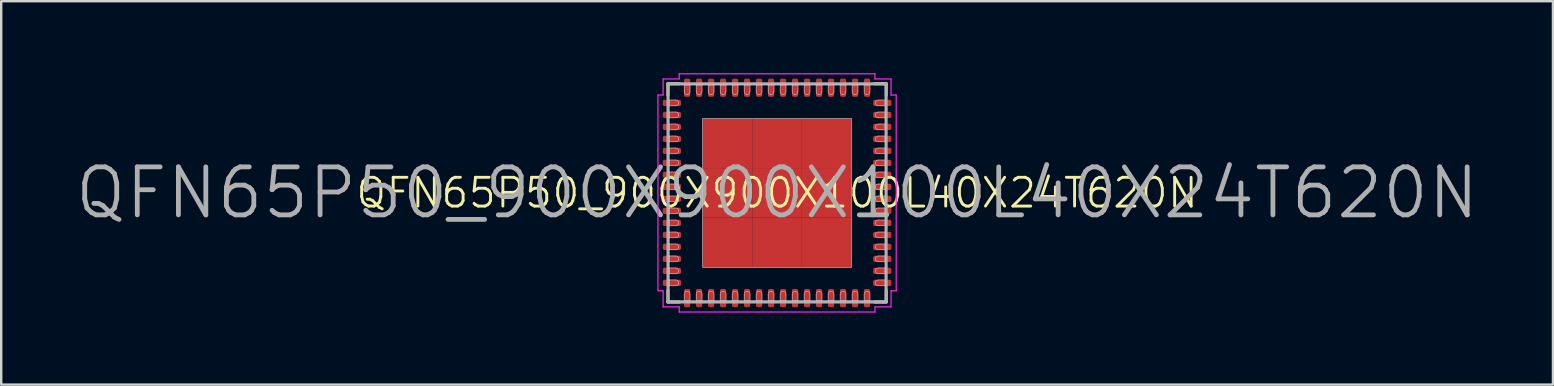
<source format=kicad_pcb>
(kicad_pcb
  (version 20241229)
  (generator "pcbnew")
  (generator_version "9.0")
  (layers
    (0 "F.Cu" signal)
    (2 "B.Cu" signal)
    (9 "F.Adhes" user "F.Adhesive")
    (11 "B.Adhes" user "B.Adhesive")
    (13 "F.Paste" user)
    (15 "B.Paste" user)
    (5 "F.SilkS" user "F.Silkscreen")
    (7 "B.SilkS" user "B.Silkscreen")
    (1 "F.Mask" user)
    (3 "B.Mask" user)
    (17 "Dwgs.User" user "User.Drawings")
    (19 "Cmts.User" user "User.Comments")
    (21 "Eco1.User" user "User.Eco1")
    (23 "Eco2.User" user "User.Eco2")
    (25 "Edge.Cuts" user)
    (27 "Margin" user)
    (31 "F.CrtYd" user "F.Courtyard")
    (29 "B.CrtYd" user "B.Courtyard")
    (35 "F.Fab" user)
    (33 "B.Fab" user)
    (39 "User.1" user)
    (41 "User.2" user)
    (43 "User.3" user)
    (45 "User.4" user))
  (footprint "QFN65P50_900X900X100L40X24T620N"
    (layer "F.Cu")
    (at 29.338 4.99)
    (property "Reference" "QFN65P50_900X900X100L40X24T620N" (at 0 0 0) (layer "F.SilkS") (effects (font (size 1.2 1.2) (thickness 0.12))))
    (attr smd)
    (fp_line (start -4.55 -4.55) (end -4.55 -4.06) (stroke (width 0.12) (type solid)) (layer "F.SilkS"))
    (fp_line (start -4.55 4.55) (end -4.55 4.06) (stroke (width 0.12) (type solid)) (layer "F.SilkS"))
    (fp_line (start -4.06 -4.55) (end -4.55 -4.55) (stroke (width 0.12) (type solid)) (layer "F.SilkS"))
    (fp_line (start -4.06 4.55) (end -4.55 4.55) (stroke (width 0.12) (type solid)) (layer "F.SilkS"))
    (fp_line (start 4.06 -4.55) (end 4.55 -4.55) (stroke (width 0.12) (type solid)) (layer "F.SilkS"))
    (fp_line (start 4.06 4.55) (end 4.55 4.55) (stroke (width 0.12) (type solid)) (layer "F.SilkS"))
    (fp_line (start 4.55 -4.55) (end 4.55 -4.06) (stroke (width 0.12) (type solid)) (layer "F.SilkS"))
    (fp_line (start 4.55 4.55) (end 4.55 4.06) (stroke (width 0.12) (type solid)) (layer "F.SilkS"))
    (fp_line (start -4.5 -4.5) (end 4.5 -4.5) (stroke (width 0.025) (type solid)) (layer "Dwgs.User"))
    (fp_line (start -4.5 -3.87) (end -4.5 -3.63) (stroke (width 0.025) (type solid)) (layer "Dwgs.User"))
    (fp_line (start -4.5 -3.63) (end -4.22 -3.63) (stroke (width 0.025) (type solid)) (layer "Dwgs.User"))
    (fp_line (start -4.5 -3.37) (end -4.5 -3.13) (stroke (width 0.025) (type solid)) (layer "Dwgs.User"))
    (fp_line (start -4.5 -3.13) (end -4.22 -3.13) (stroke (width 0.025) (type solid)) (layer "Dwgs.User"))
    (fp_line (start -4.5 -2.87) (end -4.5 -2.63) (stroke (width 0.025) (type solid)) (layer "Dwgs.User"))
    (fp_line (start -4.5 -2.63) (end -4.22 -2.63) (stroke (width 0.025) (type solid)) (layer "Dwgs.User"))
    (fp_line (start -4.5 -2.37) (end -4.5 -2.13) (stroke (width 0.025) (type solid)) (layer "Dwgs.User"))
    (fp_line (start -4.5 -2.13) (end -4.22 -2.13) (stroke (width 0.025) (type solid)) (layer "Dwgs.User"))
    (fp_line (start -4.5 -1.87) (end -4.5 -1.63) (stroke (width 0.025) (type solid)) (layer "Dwgs.User"))
    (fp_line (start -4.5 -1.63) (end -4.22 -1.63) (stroke (width 0.025) (type solid)) (layer "Dwgs.User"))
    (fp_line (start -4.5 -1.37) (end -4.5 -1.13) (stroke (width 0.025) (type solid)) (layer "Dwgs.User"))
    (fp_line (start -4.5 -1.13) (end -4.22 -1.13) (stroke (width 0.025) (type solid)) (layer "Dwgs.User"))
    (fp_line (start -4.5 -0.87) (end -4.5 -0.63) (stroke (width 0.025) (type solid)) (layer "Dwgs.User"))
    (fp_line (start -4.5 -0.63) (end -4.22 -0.63) (stroke (width 0.025) (type solid)) (layer "Dwgs.User"))
    (fp_line (start -4.5 -0.37) (end -4.5 -0.13) (stroke (width 0.025) (type solid)) (layer "Dwgs.User"))
    (fp_line (start -4.5 -0.13) (end -4.22 -0.13) (stroke (width 0.025) (type solid)) (layer "Dwgs.User"))
    (fp_line (start -4.5 0.13) (end -4.5 0.37) (stroke (width 0.025) (type solid)) (layer "Dwgs.User"))
    (fp_line (start -4.5 0.37) (end -4.22 0.37) (stroke (width 0.025) (type solid)) (layer "Dwgs.User"))
    (fp_line (start -4.5 0.63) (end -4.5 0.87) (stroke (width 0.025) (type solid)) (layer "Dwgs.User"))
    (fp_line (start -4.5 0.87) (end -4.22 0.87) (stroke (width 0.025) (type solid)) (layer "Dwgs.User"))
    (fp_line (start -4.5 1.13) (end -4.5 1.37) (stroke (width 0.025) (type solid)) (layer "Dwgs.User"))
    (fp_line (start -4.5 1.37) (end -4.22 1.37) (stroke (width 0.025) (type solid)) (layer "Dwgs.User"))
    (fp_line (start -4.5 1.63) (end -4.5 1.87) (stroke (width 0.025) (type solid)) (layer "Dwgs.User"))
    (fp_line (start -4.5 1.87) (end -4.22 1.87) (stroke (width 0.025) (type solid)) (layer "Dwgs.User"))
    (fp_line (start -4.5 2.13) (end -4.5 2.37) (stroke (width 0.025) (type solid)) (layer "Dwgs.User"))
    (fp_line (start -4.5 2.37) (end -4.22 2.37) (stroke (width 0.025) (type solid)) (layer "Dwgs.User"))
    (fp_line (start -4.5 2.63) (end -4.5 2.87) (stroke (width 0.025) (type solid)) (layer "Dwgs.User"))
    (fp_line (start -4.5 2.87) (end -4.22 2.87) (stroke (width 0.025) (type solid)) (layer "Dwgs.User"))
    (fp_line (start -4.5 3.13) (end -4.5 3.37) (stroke (width 0.025) (type solid)) (layer "Dwgs.User"))
    (fp_line (start -4.5 3.37) (end -4.22 3.37) (stroke (width 0.025) (type solid)) (layer "Dwgs.User"))
    (fp_line (start -4.5 3.63) (end -4.5 3.87) (stroke (width 0.025) (type solid)) (layer "Dwgs.User"))
    (fp_line (start -4.5 3.87) (end -4.22 3.87) (stroke (width 0.025) (type solid)) (layer "Dwgs.User"))
    (fp_line (start -4.5 4.5) (end -4.5 -4.5) (stroke (width 0.025) (type solid)) (layer "Dwgs.User"))
    (fp_line (start -4.22 -3.87) (end -4.5 -3.87) (stroke (width 0.025) (type solid)) (layer "Dwgs.User"))
    (fp_line (start -4.22 -3.37) (end -4.5 -3.37) (stroke (width 0.025) (type solid)) (layer "Dwgs.User"))
    (fp_line (start -4.22 -2.87) (end -4.5 -2.87) (stroke (width 0.025) (type solid)) (layer "Dwgs.User"))
    (fp_line (start -4.22 -2.37) (end -4.5 -2.37) (stroke (width 0.025) (type solid)) (layer "Dwgs.User"))
    (fp_line (start -4.22 -1.87) (end -4.5 -1.87) (stroke (width 0.025) (type solid)) (layer "Dwgs.User"))
    (fp_line (start -4.22 -1.37) (end -4.5 -1.37) (stroke (width 0.025) (type solid)) (layer "Dwgs.User"))
    (fp_line (start -4.22 -0.87) (end -4.5 -0.87) (stroke (width 0.025) (type solid)) (layer "Dwgs.User"))
    (fp_line (start -4.22 -0.37) (end -4.5 -0.37) (stroke (width 0.025) (type solid)) (layer "Dwgs.User"))
    (fp_line (start -4.22 0.13) (end -4.5 0.13) (stroke (width 0.025) (type solid)) (layer "Dwgs.User"))
    (fp_line (start -4.22 0.63) (end -4.5 0.63) (stroke (width 0.025) (type solid)) (layer "Dwgs.User"))
    (fp_line (start -4.22 1.13) (end -4.5 1.13) (stroke (width 0.025) (type solid)) (layer "Dwgs.User"))
    (fp_line (start -4.22 1.63) (end -4.5 1.63) (stroke (width 0.025) (type solid)) (layer "Dwgs.User"))
    (fp_line (start -4.22 2.13) (end -4.5 2.13) (stroke (width 0.025) (type solid)) (layer "Dwgs.User"))
    (fp_line (start -4.22 2.63) (end -4.5 2.63) (stroke (width 0.025) (type solid)) (layer "Dwgs.User"))
    (fp_line (start -4.22 3.13) (end -4.5 3.13) (stroke (width 0.025) (type solid)) (layer "Dwgs.User"))
    (fp_line (start -4.22 3.63) (end -4.5 3.63) (stroke (width 0.025) (type solid)) (layer "Dwgs.User"))
    (fp_line (start -3.87 -4.5) (end -3.87 -4.22) (stroke (width 0.025) (type solid)) (layer "Dwgs.User"))
    (fp_line (start -3.87 4.22) (end -3.87 4.5) (stroke (width 0.025) (type solid)) (layer "Dwgs.User"))
    (fp_line (start -3.87 4.5) (end -3.63 4.5) (stroke (width 0.025) (type solid)) (layer "Dwgs.User"))
    (fp_line (start -3.63 -4.5) (end -3.87 -4.5) (stroke (width 0.025) (type solid)) (layer "Dwgs.User"))
    (fp_line (start -3.63 -4.22) (end -3.63 -4.5) (stroke (width 0.025) (type solid)) (layer "Dwgs.User"))
    (fp_line (start -3.63 4.5) (end -3.63 4.22) (stroke (width 0.025) (type solid)) (layer "Dwgs.User"))
    (fp_line (start -3.37 -4.5) (end -3.37 -4.22) (stroke (width 0.025) (type solid)) (layer "Dwgs.User"))
    (fp_line (start -3.37 4.22) (end -3.37 4.5) (stroke (width 0.025) (type solid)) (layer "Dwgs.User"))
    (fp_line (start -3.37 4.5) (end -3.13 4.5) (stroke (width 0.025) (type solid)) (layer "Dwgs.User"))
    (fp_line (start -3.13 -4.5) (end -3.37 -4.5) (stroke (width 0.025) (type solid)) (layer "Dwgs.User"))
    (fp_line (start -3.13 -4.22) (end -3.13 -4.5) (stroke (width 0.025) (type solid)) (layer "Dwgs.User"))
    (fp_line (start -3.13 4.5) (end -3.13 4.22) (stroke (width 0.025) (type solid)) (layer "Dwgs.User"))
    (fp_line (start -3.1 -3.1) (end 3.1 -3.1) (stroke (width 0.025) (type solid)) (layer "Dwgs.User"))
    (fp_line (start -3.1 3.1) (end -3.1 -3.1) (stroke (width 0.025) (type solid)) (layer "Dwgs.User"))
    (fp_line (start -2.87 -4.5) (end -2.87 -4.22) (stroke (width 0.025) (type solid)) (layer "Dwgs.User"))
    (fp_line (start -2.87 4.22) (end -2.87 4.5) (stroke (width 0.025) (type solid)) (layer "Dwgs.User"))
    (fp_line (start -2.87 4.5) (end -2.63 4.5) (stroke (width 0.025) (type solid)) (layer "Dwgs.User"))
    (fp_line (start -2.63 -4.5) (end -2.87 -4.5) (stroke (width 0.025) (type solid)) (layer "Dwgs.User"))
    (fp_line (start -2.63 -4.22) (end -2.63 -4.5) (stroke (width 0.025) (type solid)) (layer "Dwgs.User"))
    (fp_line (start -2.63 4.5) (end -2.63 4.22) (stroke (width 0.025) (type solid)) (layer "Dwgs.User"))
    (fp_line (start -2.37 -4.5) (end -2.37 -4.22) (stroke (width 0.025) (type solid)) (layer "Dwgs.User"))
    (fp_line (start -2.37 4.22) (end -2.37 4.5) (stroke (width 0.025) (type solid)) (layer "Dwgs.User"))
    (fp_line (start -2.37 4.5) (end -2.13 4.5) (stroke (width 0.025) (type solid)) (layer "Dwgs.User"))
    (fp_line (start -2.13 -4.5) (end -2.37 -4.5) (stroke (width 0.025) (type solid)) (layer "Dwgs.User"))
    (fp_line (start -2.13 -4.22) (end -2.13 -4.5) (stroke (width 0.025) (type solid)) (layer "Dwgs.User"))
    (fp_line (start -2.13 4.5) (end -2.13 4.22) (stroke (width 0.025) (type solid)) (layer "Dwgs.User"))
    (fp_line (start -1.87 -4.5) (end -1.87 -4.22) (stroke (width 0.025) (type solid)) (layer "Dwgs.User"))
    (fp_line (start -1.87 4.22) (end -1.87 4.5) (stroke (width 0.025) (type solid)) (layer "Dwgs.User"))
    (fp_line (start -1.87 4.5) (end -1.63 4.5) (stroke (width 0.025) (type solid)) (layer "Dwgs.User"))
    (fp_line (start -1.63 -4.5) (end -1.87 -4.5) (stroke (width 0.025) (type solid)) (layer "Dwgs.User"))
    (fp_line (start -1.63 -4.22) (end -1.63 -4.5) (stroke (width 0.025) (type solid)) (layer "Dwgs.User"))
    (fp_line (start -1.63 4.5) (end -1.63 4.22) (stroke (width 0.025) (type solid)) (layer "Dwgs.User"))
    (fp_line (start -1.37 -4.5) (end -1.37 -4.22) (stroke (width 0.025) (type solid)) (layer "Dwgs.User"))
    (fp_line (start -1.37 4.22) (end -1.37 4.5) (stroke (width 0.025) (type solid)) (layer "Dwgs.User"))
    (fp_line (start -1.37 4.5) (end -1.13 4.5) (stroke (width 0.025) (type solid)) (layer "Dwgs.User"))
    (fp_line (start -1.13 -4.5) (end -1.37 -4.5) (stroke (width 0.025) (type solid)) (layer "Dwgs.User"))
    (fp_line (start -1.13 -4.22) (end -1.13 -4.5) (stroke (width 0.025) (type solid)) (layer "Dwgs.User"))
    (fp_line (start -1.13 4.5) (end -1.13 4.22) (stroke (width 0.025) (type solid)) (layer "Dwgs.User"))
    (fp_line (start -0.87 -4.5) (end -0.87 -4.22) (stroke (width 0.025) (type solid)) (layer "Dwgs.User"))
    (fp_line (start -0.87 4.22) (end -0.87 4.5) (stroke (width 0.025) (type solid)) (layer "Dwgs.User"))
    (fp_line (start -0.87 4.5) (end -0.63 4.5) (stroke (width 0.025) (type solid)) (layer "Dwgs.User"))
    (fp_line (start -0.63 -4.5) (end -0.87 -4.5) (stroke (width 0.025) (type solid)) (layer "Dwgs.User"))
    (fp_line (start -0.63 -4.22) (end -0.63 -4.5) (stroke (width 0.025) (type solid)) (layer "Dwgs.User"))
    (fp_line (start -0.63 4.5) (end -0.63 4.22) (stroke (width 0.025) (type solid)) (layer "Dwgs.User"))
    (fp_line (start -0.37 -4.5) (end -0.37 -4.22) (stroke (width 0.025) (type solid)) (layer "Dwgs.User"))
    (fp_line (start -0.37 4.22) (end -0.37 4.5) (stroke (width 0.025) (type solid)) (layer "Dwgs.User"))
    (fp_line (start -0.37 4.5) (end -0.13 4.5) (stroke (width 0.025) (type solid)) (layer "Dwgs.User"))
    (fp_line (start -0.13 -4.5) (end -0.37 -4.5) (stroke (width 0.025) (type solid)) (layer "Dwgs.User"))
    (fp_line (start -0.13 -4.22) (end -0.13 -4.5) (stroke (width 0.025) (type solid)) (layer "Dwgs.User"))
    (fp_line (start -0.13 4.5) (end -0.13 4.22) (stroke (width 0.025) (type solid)) (layer "Dwgs.User"))
    (fp_line (start 0.13 -4.5) (end 0.13 -4.22) (stroke (width 0.025) (type solid)) (layer "Dwgs.User"))
    (fp_line (start 0.13 4.22) (end 0.13 4.5) (stroke (width 0.025) (type solid)) (layer "Dwgs.User"))
    (fp_line (start 0.13 4.5) (end 0.37 4.5) (stroke (width 0.025) (type solid)) (layer "Dwgs.User"))
    (fp_line (start 0.37 -4.5) (end 0.13 -4.5) (stroke (width 0.025) (type solid)) (layer "Dwgs.User"))
    (fp_line (start 0.37 -4.22) (end 0.37 -4.5) (stroke (width 0.025) (type solid)) (layer "Dwgs.User"))
    (fp_line (start 0.37 4.5) (end 0.37 4.22) (stroke (width 0.025) (type solid)) (layer "Dwgs.User"))
    (fp_line (start 0.63 -4.5) (end 0.63 -4.22) (stroke (width 0.025) (type solid)) (layer "Dwgs.User"))
    (fp_line (start 0.63 4.22) (end 0.63 4.5) (stroke (width 0.025) (type solid)) (layer "Dwgs.User"))
    (fp_line (start 0.63 4.5) (end 0.87 4.5) (stroke (width 0.025) (type solid)) (layer "Dwgs.User"))
    (fp_line (start 0.87 -4.5) (end 0.63 -4.5) (stroke (width 0.025) (type solid)) (layer "Dwgs.User"))
    (fp_line (start 0.87 -4.22) (end 0.87 -4.5) (stroke (width 0.025) (type solid)) (layer "Dwgs.User"))
    (fp_line (start 0.87 4.5) (end 0.87 4.22) (stroke (width 0.025) (type solid)) (layer "Dwgs.User"))
    (fp_line (start 1.13 -4.5) (end 1.13 -4.22) (stroke (width 0.025) (type solid)) (layer "Dwgs.User"))
    (fp_line (start 1.13 4.22) (end 1.13 4.5) (stroke (width 0.025) (type solid)) (layer "Dwgs.User"))
    (fp_line (start 1.13 4.5) (end 1.37 4.5) (stroke (width 0.025) (type solid)) (layer "Dwgs.User"))
    (fp_line (start 1.37 -4.5) (end 1.13 -4.5) (stroke (width 0.025) (type solid)) (layer "Dwgs.User"))
    (fp_line (start 1.37 -4.22) (end 1.37 -4.5) (stroke (width 0.025) (type solid)) (layer "Dwgs.User"))
    (fp_line (start 1.37 4.5) (end 1.37 4.22) (stroke (width 0.025) (type solid)) (layer "Dwgs.User"))
    (fp_line (start 1.63 -4.5) (end 1.63 -4.22) (stroke (width 0.025) (type solid)) (layer "Dwgs.User"))
    (fp_line (start 1.63 4.22) (end 1.63 4.5) (stroke (width 0.025) (type solid)) (layer "Dwgs.User"))
    (fp_line (start 1.63 4.5) (end 1.87 4.5) (stroke (width 0.025) (type solid)) (layer "Dwgs.User"))
    (fp_line (start 1.87 -4.5) (end 1.63 -4.5) (stroke (width 0.025) (type solid)) (layer "Dwgs.User"))
    (fp_line (start 1.87 -4.22) (end 1.87 -4.5) (stroke (width 0.025) (type solid)) (layer "Dwgs.User"))
    (fp_line (start 1.87 4.5) (end 1.87 4.22) (stroke (width 0.025) (type solid)) (layer "Dwgs.User"))
    (fp_line (start 2.13 -4.5) (end 2.13 -4.22) (stroke (width 0.025) (type solid)) (layer "Dwgs.User"))
    (fp_line (start 2.13 4.22) (end 2.13 4.5) (stroke (width 0.025) (type solid)) (layer "Dwgs.User"))
    (fp_line (start 2.13 4.5) (end 2.37 4.5) (stroke (width 0.025) (type solid)) (layer "Dwgs.User"))
    (fp_line (start 2.37 -4.5) (end 2.13 -4.5) (stroke (width 0.025) (type solid)) (layer "Dwgs.User"))
    (fp_line (start 2.37 -4.22) (end 2.37 -4.5) (stroke (width 0.025) (type solid)) (layer "Dwgs.User"))
    (fp_line (start 2.37 4.5) (end 2.37 4.22) (stroke (width 0.025) (type solid)) (layer "Dwgs.User"))
    (fp_line (start 2.63 -4.5) (end 2.63 -4.22) (stroke (width 0.025) (type solid)) (layer "Dwgs.User"))
    (fp_line (start 2.63 4.22) (end 2.63 4.5) (stroke (width 0.025) (type solid)) (layer "Dwgs.User"))
    (fp_line (start 2.63 4.5) (end 2.87 4.5) (stroke (width 0.025) (type solid)) (layer "Dwgs.User"))
    (fp_line (start 2.87 -4.5) (end 2.63 -4.5) (stroke (width 0.025) (type solid)) (layer "Dwgs.User"))
    (fp_line (start 2.87 -4.22) (end 2.87 -4.5) (stroke (width 0.025) (type solid)) (layer "Dwgs.User"))
    (fp_line (start 2.87 4.5) (end 2.87 4.22) (stroke (width 0.025) (type solid)) (layer "Dwgs.User"))
    (fp_line (start 3.1 -3.1) (end 3.1 3.1) (stroke (width 0.025) (type solid)) (layer "Dwgs.User"))
    (fp_line (start 3.1 3.1) (end -3.1 3.1) (stroke (width 0.025) (type solid)) (layer "Dwgs.User"))
    (fp_line (start 3.13 -4.5) (end 3.13 -4.22) (stroke (width 0.025) (type solid)) (layer "Dwgs.User"))
    (fp_line (start 3.13 4.22) (end 3.13 4.5) (stroke (width 0.025) (type solid)) (layer "Dwgs.User"))
    (fp_line (start 3.13 4.5) (end 3.37 4.5) (stroke (width 0.025) (type solid)) (layer "Dwgs.User"))
    (fp_line (start 3.37 -4.5) (end 3.13 -4.5) (stroke (width 0.025) (type solid)) (layer "Dwgs.User"))
    (fp_line (start 3.37 -4.22) (end 3.37 -4.5) (stroke (width 0.025) (type solid)) (layer "Dwgs.User"))
    (fp_line (start 3.37 4.5) (end 3.37 4.22) (stroke (width 0.025) (type solid)) (layer "Dwgs.User"))
    (fp_line (start 3.63 -4.5) (end 3.63 -4.22) (stroke (width 0.025) (type solid)) (layer "Dwgs.User"))
    (fp_line (start 3.63 4.22) (end 3.63 4.5) (stroke (width 0.025) (type solid)) (layer "Dwgs.User"))
    (fp_line (start 3.63 4.5) (end 3.87 4.5) (stroke (width 0.025) (type solid)) (layer "Dwgs.User"))
    (fp_line (start 3.87 -4.5) (end 3.63 -4.5) (stroke (width 0.025) (type solid)) (layer "Dwgs.User"))
    (fp_line (start 3.87 -4.22) (end 3.87 -4.5) (stroke (width 0.025) (type solid)) (layer "Dwgs.User"))
    (fp_line (start 3.87 4.5) (end 3.87 4.22) (stroke (width 0.025) (type solid)) (layer "Dwgs.User"))
    (fp_line (start 4.22 -3.63) (end 4.5 -3.63) (stroke (width 0.025) (type solid)) (layer "Dwgs.User"))
    (fp_line (start 4.22 -3.13) (end 4.5 -3.13) (stroke (width 0.025) (type solid)) (layer "Dwgs.User"))
    (fp_line (start 4.22 -2.63) (end 4.5 -2.63) (stroke (width 0.025) (type solid)) (layer "Dwgs.User"))
    (fp_line (start 4.22 -2.13) (end 4.5 -2.13) (stroke (width 0.025) (type solid)) (layer "Dwgs.User"))
    (fp_line (start 4.22 -1.63) (end 4.5 -1.63) (stroke (width 0.025) (type solid)) (layer "Dwgs.User"))
    (fp_line (start 4.22 -1.13) (end 4.5 -1.13) (stroke (width 0.025) (type solid)) (layer "Dwgs.User"))
    (fp_line (start 4.22 -0.63) (end 4.5 -0.63) (stroke (width 0.025) (type solid)) (layer "Dwgs.User"))
    (fp_line (start 4.22 -0.13) (end 4.5 -0.13) (stroke (width 0.025) (type solid)) (layer "Dwgs.User"))
    (fp_line (start 4.22 0.37) (end 4.5 0.37) (stroke (width 0.025) (type solid)) (layer "Dwgs.User"))
    (fp_line (start 4.22 0.87) (end 4.5 0.87) (stroke (width 0.025) (type solid)) (layer "Dwgs.User"))
    (fp_line (start 4.22 1.37) (end 4.5 1.37) (stroke (width 0.025) (type solid)) (layer "Dwgs.User"))
    (fp_line (start 4.22 1.87) (end 4.5 1.87) (stroke (width 0.025) (type solid)) (layer "Dwgs.User"))
    (fp_line (start 4.22 2.37) (end 4.5 2.37) (stroke (width 0.025) (type solid)) (layer "Dwgs.User"))
    (fp_line (start 4.22 2.87) (end 4.5 2.87) (stroke (width 0.025) (type solid)) (layer "Dwgs.User"))
    (fp_line (start 4.22 3.37) (end 4.5 3.37) (stroke (width 0.025) (type solid)) (layer "Dwgs.User"))
    (fp_line (start 4.22 3.87) (end 4.5 3.87) (stroke (width 0.025) (type solid)) (layer "Dwgs.User"))
    (fp_line (start 4.5 -4.5) (end 4.5 4.5) (stroke (width 0.025) (type solid)) (layer "Dwgs.User"))
    (fp_line (start 4.5 -3.87) (end 4.22 -3.87) (stroke (width 0.025) (type solid)) (layer "Dwgs.User"))
    (fp_line (start 4.5 -3.63) (end 4.5 -3.87) (stroke (width 0.025) (type solid)) (layer "Dwgs.User"))
    (fp_line (start 4.5 -3.37) (end 4.22 -3.37) (stroke (width 0.025) (type solid)) (layer "Dwgs.User"))
    (fp_line (start 4.5 -3.13) (end 4.5 -3.37) (stroke (width 0.025) (type solid)) (layer "Dwgs.User"))
    (fp_line (start 4.5 -2.87) (end 4.22 -2.87) (stroke (width 0.025) (type solid)) (layer "Dwgs.User"))
    (fp_line (start 4.5 -2.63) (end 4.5 -2.87) (stroke (width 0.025) (type solid)) (layer "Dwgs.User"))
    (fp_line (start 4.5 -2.37) (end 4.22 -2.37) (stroke (width 0.025) (type solid)) (layer "Dwgs.User"))
    (fp_line (start 4.5 -2.13) (end 4.5 -2.37) (stroke (width 0.025) (type solid)) (layer "Dwgs.User"))
    (fp_line (start 4.5 -1.87) (end 4.22 -1.87) (stroke (width 0.025) (type solid)) (layer "Dwgs.User"))
    (fp_line (start 4.5 -1.63) (end 4.5 -1.87) (stroke (width 0.025) (type solid)) (layer "Dwgs.User"))
    (fp_line (start 4.5 -1.37) (end 4.22 -1.37) (stroke (width 0.025) (type solid)) (layer "Dwgs.User"))
    (fp_line (start 4.5 -1.13) (end 4.5 -1.37) (stroke (width 0.025) (type solid)) (layer "Dwgs.User"))
    (fp_line (start 4.5 -0.87) (end 4.22 -0.87) (stroke (width 0.025) (type solid)) (layer "Dwgs.User"))
    (fp_line (start 4.5 -0.63) (end 4.5 -0.87) (stroke (width 0.025) (type solid)) (layer "Dwgs.User"))
    (fp_line (start 4.5 -0.37) (end 4.22 -0.37) (stroke (width 0.025) (type solid)) (layer "Dwgs.User"))
    (fp_line (start 4.5 -0.13) (end 4.5 -0.37) (stroke (width 0.025) (type solid)) (layer "Dwgs.User"))
    (fp_line (start 4.5 0.13) (end 4.22 0.13) (stroke (width 0.025) (type solid)) (layer "Dwgs.User"))
    (fp_line (start 4.5 0.37) (end 4.5 0.13) (stroke (width 0.025) (type solid)) (layer "Dwgs.User"))
    (fp_line (start 4.5 0.63) (end 4.22 0.63) (stroke (width 0.025) (type solid)) (layer "Dwgs.User"))
    (fp_line (start 4.5 0.87) (end 4.5 0.63) (stroke (width 0.025) (type solid)) (layer "Dwgs.User"))
    (fp_line (start 4.5 1.13) (end 4.22 1.13) (stroke (width 0.025) (type solid)) (layer "Dwgs.User"))
    (fp_line (start 4.5 1.37) (end 4.5 1.13) (stroke (width 0.025) (type solid)) (layer "Dwgs.User"))
    (fp_line (start 4.5 1.63) (end 4.22 1.63) (stroke (width 0.025) (type solid)) (layer "Dwgs.User"))
    (fp_line (start 4.5 1.87) (end 4.5 1.63) (stroke (width 0.025) (type solid)) (layer "Dwgs.User"))
    (fp_line (start 4.5 2.13) (end 4.22 2.13) (stroke (width 0.025) (type solid)) (layer "Dwgs.User"))
    (fp_line (start 4.5 2.37) (end 4.5 2.13) (stroke (width 0.025) (type solid)) (layer "Dwgs.User"))
    (fp_line (start 4.5 2.63) (end 4.22 2.63) (stroke (width 0.025) (type solid)) (layer "Dwgs.User"))
    (fp_line (start 4.5 2.87) (end 4.5 2.63) (stroke (width 0.025) (type solid)) (layer "Dwgs.User"))
    (fp_line (start 4.5 3.13) (end 4.22 3.13) (stroke (width 0.025) (type solid)) (layer "Dwgs.User"))
    (fp_line (start 4.5 3.37) (end 4.5 3.13) (stroke (width 0.025) (type solid)) (layer "Dwgs.User"))
    (fp_line (start 4.5 3.63) (end 4.22 3.63) (stroke (width 0.025) (type solid)) (layer "Dwgs.User"))
    (fp_line (start 4.5 3.87) (end 4.5 3.63) (stroke (width 0.025) (type solid)) (layer "Dwgs.User"))
    (fp_line (start 4.5 4.5) (end -4.5 4.5) (stroke (width 0.025) (type solid)) (layer "Dwgs.User"))
    (fp_arc (start -4.22 -3.87) (mid -4.1 -3.75) (end -4.22 -3.63) (stroke (width 0.025) (type solid)) (layer "Dwgs.User"))
    (fp_arc (start -4.22 -3.37) (mid -4.1 -3.25) (end -4.22 -3.13) (stroke (width 0.025) (type solid)) (layer "Dwgs.User"))
    (fp_arc (start -4.22 -2.87) (mid -4.1 -2.75) (end -4.22 -2.63) (stroke (width 0.025) (type solid)) (layer "Dwgs.User"))
    (fp_arc (start -4.22 -2.37) (mid -4.1 -2.25) (end -4.22 -2.13) (stroke (width 0.025) (type solid)) (layer "Dwgs.User"))
    (fp_arc (start -4.22 -1.87) (mid -4.1 -1.75) (end -4.22 -1.63) (stroke (width 0.025) (type solid)) (layer "Dwgs.User"))
    (fp_arc (start -4.22 -1.37) (mid -4.1 -1.25) (end -4.22 -1.13) (stroke (width 0.025) (type solid)) (layer "Dwgs.User"))
    (fp_arc (start -4.22 -0.87) (mid -4.1 -0.75) (end -4.22 -0.63) (stroke (width 0.025) (type solid)) (layer "Dwgs.User"))
    (fp_arc (start -4.22 -0.37) (mid -4.1 -0.25) (end -4.22 -0.13) (stroke (width 0.025) (type solid)) (layer "Dwgs.User"))
    (fp_arc (start -4.22 0.13) (mid -4.1 0.25) (end -4.22 0.37) (stroke (width 0.025) (type solid)) (layer "Dwgs.User"))
    (fp_arc (start -4.22 0.63) (mid -4.1 0.75) (end -4.22 0.87) (stroke (width 0.025) (type solid)) (layer "Dwgs.User"))
    (fp_arc (start -4.22 1.13) (mid -4.1 1.25) (end -4.22 1.37) (stroke (width 0.025) (type solid)) (layer "Dwgs.User"))
    (fp_arc (start -4.22 1.63) (mid -4.1 1.75) (end -4.22 1.87) (stroke (width 0.025) (type solid)) (layer "Dwgs.User"))
    (fp_arc (start -4.22 2.13) (mid -4.1 2.25) (end -4.22 2.37) (stroke (width 0.025) (type solid)) (layer "Dwgs.User"))
    (fp_arc (start -4.22 2.63) (mid -4.1 2.75) (end -4.22 2.87) (stroke (width 0.025) (type solid)) (layer "Dwgs.User"))
    (fp_arc (start -4.22 3.13) (mid -4.1 3.25) (end -4.22 3.37) (stroke (width 0.025) (type solid)) (layer "Dwgs.User"))
    (fp_arc (start -4.22 3.63) (mid -4.1 3.75) (end -4.22 3.87) (stroke (width 0.025) (type solid)) (layer "Dwgs.User"))
    (fp_arc (start -3.87 4.22) (mid -3.75 4.1) (end -3.63 4.22) (stroke (width 0.025) (type solid)) (layer "Dwgs.User"))
    (fp_arc (start -3.63 -4.22) (mid -3.75 -4.1) (end -3.87 -4.22) (stroke (width 0.025) (type solid)) (layer "Dwgs.User"))
    (fp_arc (start -3.37 4.22) (mid -3.25 4.1) (end -3.13 4.22) (stroke (width 0.025) (type solid)) (layer "Dwgs.User"))
    (fp_arc (start -3.13 -4.22) (mid -3.25 -4.1) (end -3.37 -4.22) (stroke (width 0.025) (type solid)) (layer "Dwgs.User"))
    (fp_arc (start -2.87 4.22) (mid -2.75 4.1) (end -2.63 4.22) (stroke (width 0.025) (type solid)) (layer "Dwgs.User"))
    (fp_arc (start -2.63 -4.22) (mid -2.75 -4.1) (end -2.87 -4.22) (stroke (width 0.025) (type solid)) (layer "Dwgs.User"))
    (fp_arc (start -2.37 4.22) (mid -2.25 4.1) (end -2.13 4.22) (stroke (width 0.025) (type solid)) (layer "Dwgs.User"))
    (fp_arc (start -2.13 -4.22) (mid -2.25 -4.1) (end -2.37 -4.22) (stroke (width 0.025) (type solid)) (layer "Dwgs.User"))
    (fp_arc (start -1.87 4.22) (mid -1.75 4.1) (end -1.63 4.22) (stroke (width 0.025) (type solid)) (layer "Dwgs.User"))
    (fp_arc (start -1.63 -4.22) (mid -1.75 -4.1) (end -1.87 -4.22) (stroke (width 0.025) (type solid)) (layer "Dwgs.User"))
    (fp_arc (start -1.37 4.22) (mid -1.25 4.1) (end -1.13 4.22) (stroke (width 0.025) (type solid)) (layer "Dwgs.User"))
    (fp_arc (start -1.13 -4.22) (mid -1.25 -4.1) (end -1.37 -4.22) (stroke (width 0.025) (type solid)) (layer "Dwgs.User"))
    (fp_arc (start -0.87 4.22) (mid -0.75 4.1) (end -0.63 4.22) (stroke (width 0.025) (type solid)) (layer "Dwgs.User"))
    (fp_arc (start -0.63 -4.22) (mid -0.75 -4.1) (end -0.87 -4.22) (stroke (width 0.025) (type solid)) (layer "Dwgs.User"))
    (fp_arc (start -0.37 4.22) (mid -0.25 4.1) (end -0.13 4.22) (stroke (width 0.025) (type solid)) (layer "Dwgs.User"))
    (fp_arc (start -0.13 -4.22) (mid -0.25 -4.1) (end -0.37 -4.22) (stroke (width 0.025) (type solid)) (layer "Dwgs.User"))
    (fp_arc (start 0.13 4.22) (mid 0.25 4.1) (end 0.37 4.22) (stroke (width 0.025) (type solid)) (layer "Dwgs.User"))
    (fp_arc (start 0.37 -4.22) (mid 0.25 -4.1) (end 0.13 -4.22) (stroke (width 0.025) (type solid)) (layer "Dwgs.User"))
    (fp_arc (start 0.63 4.22) (mid 0.75 4.1) (end 0.87 4.22) (stroke (width 0.025) (type solid)) (layer "Dwgs.User"))
    (fp_arc (start 0.87 -4.22) (mid 0.75 -4.1) (end 0.63 -4.22) (stroke (width 0.025) (type solid)) (layer "Dwgs.User"))
    (fp_arc (start 1.13 4.22) (mid 1.25 4.1) (end 1.37 4.22) (stroke (width 0.025) (type solid)) (layer "Dwgs.User"))
    (fp_arc (start 1.37 -4.22) (mid 1.25 -4.1) (end 1.13 -4.22) (stroke (width 0.025) (type solid)) (layer "Dwgs.User"))
    (fp_arc (start 1.63 4.22) (mid 1.75 4.1) (end 1.87 4.22) (stroke (width 0.025) (type solid)) (layer "Dwgs.User"))
    (fp_arc (start 1.87 -4.22) (mid 1.75 -4.1) (end 1.63 -4.22) (stroke (width 0.025) (type solid)) (layer "Dwgs.User"))
    (fp_arc (start 2.13 4.22) (mid 2.25 4.1) (end 2.37 4.22) (stroke (width 0.025) (type solid)) (layer "Dwgs.User"))
    (fp_arc (start 2.37 -4.22) (mid 2.25 -4.1) (end 2.13 -4.22) (stroke (width 0.025) (type solid)) (layer "Dwgs.User"))
    (fp_arc (start 2.63 4.22) (mid 2.75 4.1) (end 2.87 4.22) (stroke (width 0.025) (type solid)) (layer "Dwgs.User"))
    (fp_arc (start 2.87 -4.22) (mid 2.75 -4.1) (end 2.63 -4.22) (stroke (width 0.025) (type solid)) (layer "Dwgs.User"))
    (fp_arc (start 3.13 4.22) (mid 3.25 4.1) (end 3.37 4.22) (stroke (width 0.025) (type solid)) (layer "Dwgs.User"))
    (fp_arc (start 3.37 -4.22) (mid 3.25 -4.1) (end 3.13 -4.22) (stroke (width 0.025) (type solid)) (layer "Dwgs.User"))
    (fp_arc (start 3.63 4.22) (mid 3.75 4.1) (end 3.87 4.22) (stroke (width 0.025) (type solid)) (layer "Dwgs.User"))
    (fp_arc (start 3.87 -4.22) (mid 3.75 -4.1) (end 3.63 -4.22) (stroke (width 0.025) (type solid)) (layer "Dwgs.User"))
    (fp_arc (start 4.22 -3.63) (mid 4.1 -3.75) (end 4.22 -3.87) (stroke (width 0.025) (type solid)) (layer "Dwgs.User"))
    (fp_arc (start 4.22 -3.13) (mid 4.1 -3.25) (end 4.22 -3.37) (stroke (width 0.025) (type solid)) (layer "Dwgs.User"))
    (fp_arc (start 4.22 -2.63) (mid 4.1 -2.75) (end 4.22 -2.87) (stroke (width 0.025) (type solid)) (layer "Dwgs.User"))
    (fp_arc (start 4.22 -2.13) (mid 4.1 -2.25) (end 4.22 -2.37) (stroke (width 0.025) (type solid)) (layer "Dwgs.User"))
    (fp_arc (start 4.22 -1.63) (mid 4.1 -1.75) (end 4.22 -1.87) (stroke (width 0.025) (type solid)) (layer "Dwgs.User"))
    (fp_arc (start 4.22 -1.13) (mid 4.1 -1.25) (end 4.22 -1.37) (stroke (width 0.025) (type solid)) (layer "Dwgs.User"))
    (fp_arc (start 4.22 -0.63) (mid 4.1 -0.75) (end 4.22 -0.87) (stroke (width 0.025) (type solid)) (layer "Dwgs.User"))
    (fp_arc (start 4.22 -0.13) (mid 4.1 -0.25) (end 4.22 -0.37) (stroke (width 0.025) (type solid)) (layer "Dwgs.User"))
    (fp_arc (start 4.22 0.37) (mid 4.1 0.25) (end 4.22 0.13) (stroke (width 0.025) (type solid)) (layer "Dwgs.User"))
    (fp_arc (start 4.22 0.87) (mid 4.1 0.75) (end 4.22 0.63) (stroke (width 0.025) (type solid)) (layer "Dwgs.User"))
    (fp_arc (start 4.22 1.37) (mid 4.1 1.25) (end 4.22 1.13) (stroke (width 0.025) (type solid)) (layer "Dwgs.User"))
    (fp_arc (start 4.22 1.87) (mid 4.1 1.75) (end 4.22 1.63) (stroke (width 0.025) (type solid)) (layer "Dwgs.User"))
    (fp_arc (start 4.22 2.37) (mid 4.1 2.25) (end 4.22 2.13) (stroke (width 0.025) (type solid)) (layer "Dwgs.User"))
    (fp_arc (start 4.22 2.87) (mid 4.1 2.75) (end 4.22 2.63) (stroke (width 0.025) (type solid)) (layer "Dwgs.User"))
    (fp_arc (start 4.22 3.37) (mid 4.1 3.25) (end 4.22 3.13) (stroke (width 0.025) (type solid)) (layer "Dwgs.User"))
    (fp_arc (start 4.22 3.87) (mid 4.1 3.75) (end 4.22 3.63) (stroke (width 0.025) (type solid)) (layer "Dwgs.User"))
    (fp_line (start -4.965 -4.08) (end -4.965 4.08) (stroke (width 0.05) (type solid)) (layer "F.CrtYd"))
    (fp_line (start -4.965 4.08) (end -4.75 4.08) (stroke (width 0.05) (type solid)) (layer "F.CrtYd"))
    (fp_line (start -4.75 -4.75) (end -4.75 -4.08) (stroke (width 0.05) (type solid)) (layer "F.CrtYd"))
    (fp_line (start -4.75 -4.08) (end -4.965 -4.08) (stroke (width 0.05) (type solid)) (layer "F.CrtYd"))
    (fp_line (start -4.75 4.08) (end -4.75 4.75) (stroke (width 0.05) (type solid)) (layer "F.CrtYd"))
    (fp_line (start -4.75 4.75) (end -4.08 4.75) (stroke (width 0.05) (type solid)) (layer "F.CrtYd"))
    (fp_line (start -4.08 -4.965) (end -4.08 -4.75) (stroke (width 0.05) (type solid)) (layer "F.CrtYd"))
    (fp_line (start -4.08 -4.75) (end -4.75 -4.75) (stroke (width 0.05) (type solid)) (layer "F.CrtYd"))
    (fp_line (start -4.08 4.75) (end -4.08 4.965) (stroke (width 0.05) (type solid)) (layer "F.CrtYd"))
    (fp_line (start -4.08 4.965) (end 4.08 4.965) (stroke (width 0.05) (type solid)) (layer "F.CrtYd"))
    (fp_line (start 4.08 -4.965) (end -4.08 -4.965) (stroke (width 0.05) (type solid)) (layer "F.CrtYd"))
    (fp_line (start 4.08 -4.75) (end 4.08 -4.965) (stroke (width 0.05) (type solid)) (layer "F.CrtYd"))
    (fp_line (start 4.08 4.75) (end 4.75 4.75) (stroke (width 0.05) (type solid)) (layer "F.CrtYd"))
    (fp_line (start 4.08 4.965) (end 4.08 4.75) (stroke (width 0.05) (type solid)) (layer "F.CrtYd"))
    (fp_line (start 4.75 -4.75) (end 4.08 -4.75) (stroke (width 0.05) (type solid)) (layer "F.CrtYd"))
    (fp_line (start 4.75 -4.08) (end 4.75 -4.75) (stroke (width 0.05) (type solid)) (layer "F.CrtYd"))
    (fp_line (start 4.75 4.08) (end 4.965 4.08) (stroke (width 0.05) (type solid)) (layer "F.CrtYd"))
    (fp_line (start 4.75 4.75) (end 4.75 4.08) (stroke (width 0.05) (type solid)) (layer "F.CrtYd"))
    (fp_line (start 4.965 -4.08) (end 4.75 -4.08) (stroke (width 0.05) (type solid)) (layer "F.CrtYd"))
    (fp_line (start 4.965 4.08) (end 4.965 -4.08) (stroke (width 0.05) (type solid)) (layer "F.CrtYd"))
    (fp_line (start -4.55 -4.55) (end 4.55 -4.55) (stroke (width 0.12) (type solid)) (layer "F.Fab"))
    (fp_line (start -4.55 4.55) (end -4.55 -4.55) (stroke (width 0.12) (type solid)) (layer "F.Fab"))
    (fp_line (start 4.55 -4.55) (end 4.55 4.55) (stroke (width 0.12) (type solid)) (layer "F.Fab"))
    (fp_line (start 4.55 4.55) (end -4.55 4.55) (stroke (width 0.12) (type solid)) (layer "F.Fab"))
    (fp_text user "${REFERENCE}" (at 0 0 0) (layer "F.Fab") (effects (font (size 2 2) (thickness 0.2))))
    (pad "" smd roundrect (at -2.07 -2.07 90) (size 1.46 1.46) (layers "F.Paste") (roundrect_rratio 0.25))
    (pad "" smd roundrect (at -2.07 0 90) (size 1.46 1.46) (layers "F.Paste") (roundrect_rratio 0.25))
    (pad "" smd roundrect (at -2.07 2.07 90) (size 1.46 1.46) (layers "F.Paste") (roundrect_rratio 0.25))
    (pad "" smd roundrect (at 0 -2.07 90) (size 1.46 1.46) (layers "F.Paste") (roundrect_rratio 0.25))
    (pad "" smd roundrect (at 0 0 90) (size 1.46 1.46) (layers "F.Paste") (roundrect_rratio 0.25))
    (pad "" smd roundrect (at 0 2.07 90) (size 1.46 1.46) (layers "F.Paste") (roundrect_rratio 0.25))
    (pad "" smd roundrect (at 2.07 -2.07 90) (size 1.46 1.46) (layers "F.Paste") (roundrect_rratio 0.25))
    (pad "" smd roundrect (at 2.07 0 90) (size 1.46 1.46) (layers "F.Paste") (roundrect_rratio 0.25))
    (pad "" smd roundrect (at 2.07 2.07 90) (size 1.46 1.46) (layers "F.Paste") (roundrect_rratio 0.25))
    (pad "1" smd roundrect (at -3.75 4.385 90) (size 0.76 0.26) (layers "F.Cu" "F.Mask" "F.Paste") (roundrect_rratio 0.269))
    (pad "2" smd roundrect (at -3.25 4.385 90) (size 0.76 0.26) (layers "F.Cu" "F.Mask" "F.Paste") (roundrect_rratio 0.269))
    (pad "3" smd roundrect (at -2.75 4.385 90) (size 0.76 0.26) (layers "F.Cu" "F.Mask" "F.Paste") (roundrect_rratio 0.269))
    (pad "4" smd roundrect (at -2.25 4.385 90) (size 0.76 0.26) (layers "F.Cu" "F.Mask" "F.Paste") (roundrect_rratio 0.269))
    (pad "5" smd roundrect (at -1.75 4.385 90) (size 0.76 0.26) (layers "F.Cu" "F.Mask" "F.Paste") (roundrect_rratio 0.269))
    (pad "6" smd roundrect (at -1.25 4.385 90) (size 0.76 0.26) (layers "F.Cu" "F.Mask" "F.Paste") (roundrect_rratio 0.269))
    (pad "7" smd roundrect (at -0.75 4.385 90) (size 0.76 0.26) (layers "F.Cu" "F.Mask" "F.Paste") (roundrect_rratio 0.269))
    (pad "8" smd roundrect (at -0.25 4.385 90) (size 0.76 0.26) (layers "F.Cu" "F.Mask" "F.Paste") (roundrect_rratio 0.269))
    (pad "9" smd roundrect (at 0.25 4.385 90) (size 0.76 0.26) (layers "F.Cu" "F.Mask" "F.Paste") (roundrect_rratio 0.269))
    (pad "10" smd roundrect (at 0.75 4.385 90) (size 0.76 0.26) (layers "F.Cu" "F.Mask" "F.Paste") (roundrect_rratio 0.269))
    (pad "11" smd roundrect (at 1.25 4.385 90) (size 0.76 0.26) (layers "F.Cu" "F.Mask" "F.Paste") (roundrect_rratio 0.269))
    (pad "12" smd roundrect (at 1.75 4.385 90) (size 0.76 0.26) (layers "F.Cu" "F.Mask" "F.Paste") (roundrect_rratio 0.269))
    (pad "13" smd roundrect (at 2.25 4.385 90) (size 0.76 0.26) (layers "F.Cu" "F.Mask" "F.Paste") (roundrect_rratio 0.269))
    (pad "14" smd roundrect (at 2.75 4.385 90) (size 0.76 0.26) (layers "F.Cu" "F.Mask" "F.Paste") (roundrect_rratio 0.269))
    (pad "15" smd roundrect (at 3.25 4.385 90) (size 0.76 0.26) (layers "F.Cu" "F.Mask" "F.Paste") (roundrect_rratio 0.269))
    (pad "16" smd roundrect (at 3.75 4.385 90) (size 0.76 0.26) (layers "F.Cu" "F.Mask" "F.Paste") (roundrect_rratio 0.269))
    (pad "17" smd roundrect (at 4.385 3.75) (size 0.76 0.26) (layers "F.Cu" "F.Mask" "F.Paste") (roundrect_rratio 0.269))
    (pad "18" smd roundrect (at 4.385 3.25) (size 0.76 0.26) (layers "F.Cu" "F.Mask" "F.Paste") (roundrect_rratio 0.269))
    (pad "19" smd roundrect (at 4.385 2.75) (size 0.76 0.26) (layers "F.Cu" "F.Mask" "F.Paste") (roundrect_rratio 0.269))
    (pad "20" smd roundrect (at 4.385 2.25) (size 0.76 0.26) (layers "F.Cu" "F.Mask" "F.Paste") (roundrect_rratio 0.269))
    (pad "21" smd roundrect (at 4.385 1.75) (size 0.76 0.26) (layers "F.Cu" "F.Mask" "F.Paste") (roundrect_rratio 0.269))
    (pad "22" smd roundrect (at 4.385 1.25) (size 0.76 0.26) (layers "F.Cu" "F.Mask" "F.Paste") (roundrect_rratio 0.269))
    (pad "23" smd roundrect (at 4.385 0.75) (size 0.76 0.26) (layers "F.Cu" "F.Mask" "F.Paste") (roundrect_rratio 0.269))
    (pad "24" smd roundrect (at 4.385 0.25) (size 0.76 0.26) (layers "F.Cu" "F.Mask" "F.Paste") (roundrect_rratio 0.269))
    (pad "25" smd roundrect (at 4.385 -0.25) (size 0.76 0.26) (layers "F.Cu" "F.Mask" "F.Paste") (roundrect_rratio 0.269))
    (pad "26" smd roundrect (at 4.385 -0.75) (size 0.76 0.26) (layers "F.Cu" "F.Mask" "F.Paste") (roundrect_rratio 0.269))
    (pad "27" smd roundrect (at 4.385 -1.25) (size 0.76 0.26) (layers "F.Cu" "F.Mask" "F.Paste") (roundrect_rratio 0.269))
    (pad "28" smd roundrect (at 4.385 -1.75) (size 0.76 0.26) (layers "F.Cu" "F.Mask" "F.Paste") (roundrect_rratio 0.269))
    (pad "29" smd roundrect (at 4.385 -2.25) (size 0.76 0.26) (layers "F.Cu" "F.Mask" "F.Paste") (roundrect_rratio 0.269))
    (pad "30" smd roundrect (at 4.385 -2.75) (size 0.76 0.26) (layers "F.Cu" "F.Mask" "F.Paste") (roundrect_rratio 0.269))
    (pad "31" smd roundrect (at 4.385 -3.25) (size 0.76 0.26) (layers "F.Cu" "F.Mask" "F.Paste") (roundrect_rratio 0.269))
    (pad "32" smd roundrect (at 4.385 -3.75) (size 0.76 0.26) (layers "F.Cu" "F.Mask" "F.Paste") (roundrect_rratio 0.269))
    (pad "33" smd roundrect (at 3.75 -4.385 90) (size 0.76 0.26) (layers "F.Cu" "F.Mask" "F.Paste") (roundrect_rratio 0.269))
    (pad "34" smd roundrect (at 3.25 -4.385 90) (size 0.76 0.26) (layers "F.Cu" "F.Mask" "F.Paste") (roundrect_rratio 0.269))
    (pad "35" smd roundrect (at 2.75 -4.385 90) (size 0.76 0.26) (layers "F.Cu" "F.Mask" "F.Paste") (roundrect_rratio 0.269))
    (pad "36" smd roundrect (at 2.25 -4.385 90) (size 0.76 0.26) (layers "F.Cu" "F.Mask" "F.Paste") (roundrect_rratio 0.269))
    (pad "37" smd roundrect (at 1.75 -4.385 90) (size 0.76 0.26) (layers "F.Cu" "F.Mask" "F.Paste") (roundrect_rratio 0.269))
    (pad "38" smd roundrect (at 1.25 -4.385 90) (size 0.76 0.26) (layers "F.Cu" "F.Mask" "F.Paste") (roundrect_rratio 0.269))
    (pad "39" smd roundrect (at 0.75 -4.385 90) (size 0.76 0.26) (layers "F.Cu" "F.Mask" "F.Paste") (roundrect_rratio 0.269))
    (pad "40" smd roundrect (at 0.25 -4.385 90) (size 0.76 0.26) (layers "F.Cu" "F.Mask" "F.Paste") (roundrect_rratio 0.269))
    (pad "41" smd roundrect (at -0.25 -4.385 90) (size 0.76 0.26) (layers "F.Cu" "F.Mask" "F.Paste") (roundrect_rratio 0.269))
    (pad "42" smd roundrect (at -0.75 -4.385 90) (size 0.76 0.26) (layers "F.Cu" "F.Mask" "F.Paste") (roundrect_rratio 0.269))
    (pad "43" smd roundrect (at -1.25 -4.385 90) (size 0.76 0.26) (layers "F.Cu" "F.Mask" "F.Paste") (roundrect_rratio 0.269))
    (pad "44" smd roundrect (at -1.75 -4.385 90) (size 0.76 0.26) (layers "F.Cu" "F.Mask" "F.Paste") (roundrect_rratio 0.269))
    (pad "45" smd roundrect (at -2.25 -4.385 90) (size 0.76 0.26) (layers "F.Cu" "F.Mask" "F.Paste") (roundrect_rratio 0.269))
    (pad "46" smd roundrect (at -2.75 -4.385 90) (size 0.76 0.26) (layers "F.Cu" "F.Mask" "F.Paste") (roundrect_rratio 0.269))
    (pad "47" smd roundrect (at -3.25 -4.385 90) (size 0.76 0.26) (layers "F.Cu" "F.Mask" "F.Paste") (roundrect_rratio 0.269))
    (pad "48" smd roundrect (at -3.75 -4.385 90) (size 0.76 0.26) (layers "F.Cu" "F.Mask" "F.Paste") (roundrect_rratio 0.269))
    (pad "49" smd roundrect (at -4.385 -3.75) (size 0.76 0.26) (layers "F.Cu" "F.Mask" "F.Paste") (roundrect_rratio 0.269))
    (pad "50" smd roundrect (at -4.385 -3.25) (size 0.76 0.26) (layers "F.Cu" "F.Mask" "F.Paste") (roundrect_rratio 0.269))
    (pad "51" smd roundrect (at -4.385 -2.75) (size 0.76 0.26) (layers "F.Cu" "F.Mask" "F.Paste") (roundrect_rratio 0.269))
    (pad "52" smd roundrect (at -4.385 -2.25) (size 0.76 0.26) (layers "F.Cu" "F.Mask" "F.Paste") (roundrect_rratio 0.269))
    (pad "53" smd roundrect (at -4.385 -1.75) (size 0.76 0.26) (layers "F.Cu" "F.Mask" "F.Paste") (roundrect_rratio 0.269))
    (pad "54" smd roundrect (at -4.385 -1.25) (size 0.76 0.26) (layers "F.Cu" "F.Mask" "F.Paste") (roundrect_rratio 0.269))
    (pad "55" smd roundrect (at -4.385 -0.75) (size 0.76 0.26) (layers "F.Cu" "F.Mask" "F.Paste") (roundrect_rratio 0.269))
    (pad "56" smd roundrect (at -4.385 -0.25) (size 0.76 0.26) (layers "F.Cu" "F.Mask" "F.Paste") (roundrect_rratio 0.269))
    (pad "57" smd roundrect (at -4.385 0.25) (size 0.76 0.26) (layers "F.Cu" "F.Mask" "F.Paste") (roundrect_rratio 0.269))
    (pad "58" smd roundrect (at -4.385 0.75) (size 0.76 0.26) (layers "F.Cu" "F.Mask" "F.Paste") (roundrect_rratio 0.269))
    (pad "59" smd roundrect (at -4.385 1.25) (size 0.76 0.26) (layers "F.Cu" "F.Mask" "F.Paste") (roundrect_rratio 0.269))
    (pad "60" smd roundrect (at -4.385 1.75) (size 0.76 0.26) (layers "F.Cu" "F.Mask" "F.Paste") (roundrect_rratio 0.269))
    (pad "61" smd roundrect (at -4.385 2.25) (size 0.76 0.26) (layers "F.Cu" "F.Mask" "F.Paste") (roundrect_rratio 0.269))
    (pad "62" smd roundrect (at -4.385 2.75) (size 0.76 0.26) (layers "F.Cu" "F.Mask" "F.Paste") (roundrect_rratio 0.269))
    (pad "63" smd roundrect (at -4.385 3.25) (size 0.76 0.26) (layers "F.Cu" "F.Mask" "F.Paste") (roundrect_rratio 0.269))
    (pad "64" smd roundrect (at -4.385 3.75) (size 0.76 0.26) (layers "F.Cu" "F.Mask" "F.Paste") (roundrect_rratio 0.269))
    (pad "65" smd rect (at -2.07 -2.07) (size 2.07 2.07) (layers "F.Cu" "F.Mask" "F.Paste"))
    (pad "65" smd rect (at -2.07 0) (size 2.07 2.07) (layers "F.Cu" "F.Mask" "F.Paste"))
    (pad "65" smd rect (at -2.07 2.07) (size 2.07 2.07) (layers "F.Cu" "F.Mask" "F.Paste"))
    (pad "65" smd rect (at 0 -2.07) (size 2.07 2.07) (layers "F.Cu" "F.Mask" "F.Paste"))
    (pad "65" smd rect (at 0 0) (size 2.07 2.07) (layers "F.Cu" "F.Mask" "F.Paste"))
    (pad "65" smd rect (at 0 2.07) (size 2.07 2.07) (layers "F.Cu" "F.Mask" "F.Paste"))
    (pad "65" smd rect (at 2.07 -2.07) (size 2.07 2.07) (layers "F.Cu" "F.Mask" "F.Paste"))
    (pad "65" smd rect (at 2.07 0) (size 2.07 2.07) (layers "F.Cu" "F.Mask" "F.Paste"))
    (pad "65" smd rect (at 2.07 2.07) (size 2.07 2.07) (layers "F.Cu" "F.Mask" "F.Paste")))
  (gr_rect
    (start -3 -3)
    (end 61.676 12.98)
    (stroke (width 0.1) (type default))
    (fill no)
    (layer "Edge.Cuts")))
</source>
